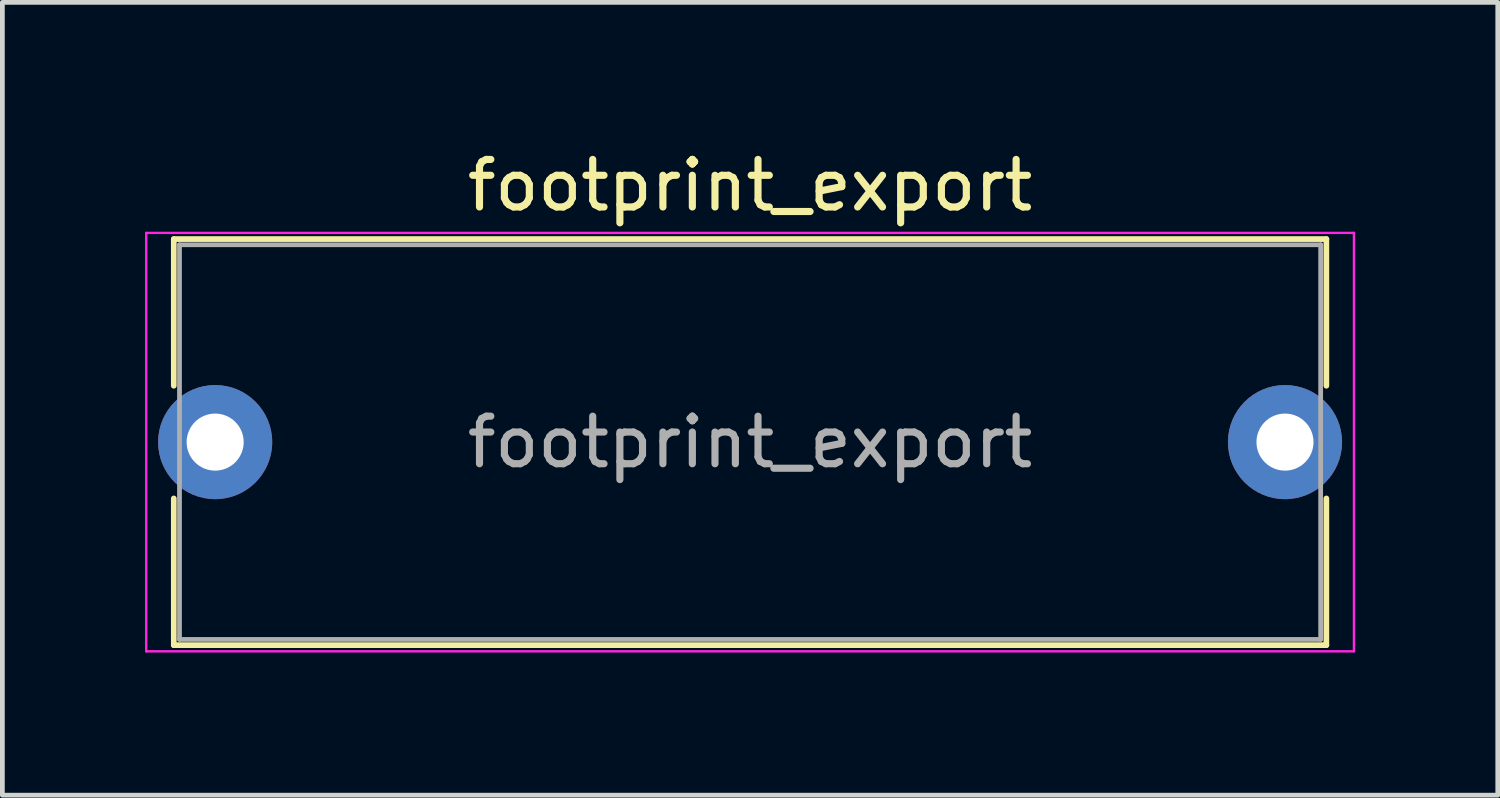
<source format=kicad_pcb>
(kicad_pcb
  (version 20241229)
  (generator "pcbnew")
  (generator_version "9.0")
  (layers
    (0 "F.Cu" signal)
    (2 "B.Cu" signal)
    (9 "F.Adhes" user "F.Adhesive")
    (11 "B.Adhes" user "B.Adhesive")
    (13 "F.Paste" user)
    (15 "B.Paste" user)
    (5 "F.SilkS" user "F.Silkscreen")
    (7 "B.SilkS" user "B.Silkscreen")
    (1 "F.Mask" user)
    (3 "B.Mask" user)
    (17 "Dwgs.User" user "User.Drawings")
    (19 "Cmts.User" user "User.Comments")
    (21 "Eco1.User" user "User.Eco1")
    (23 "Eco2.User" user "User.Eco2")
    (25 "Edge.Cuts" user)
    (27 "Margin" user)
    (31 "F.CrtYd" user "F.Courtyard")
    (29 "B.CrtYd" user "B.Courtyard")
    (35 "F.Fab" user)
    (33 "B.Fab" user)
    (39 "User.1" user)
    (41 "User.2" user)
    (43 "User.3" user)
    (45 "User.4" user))
  (footprint "footprint_export"
    (layer "F.Cu")
    (at 1.475 6.248)
    (property "Reference" "footprint_export" (at 11.25 -5.4 0) (layer "F.SilkS") (effects (font (size 1 1) (thickness 0.15))))
    (attr through_hole)
    (fp_line (start -0.87 -4.27) (end -0.87 -1.185) (stroke (width 0.12) (type solid)) (layer "F.SilkS"))
    (fp_line (start -0.87 -4.27) (end 23.37 -4.27) (stroke (width 0.12) (type solid)) (layer "F.SilkS"))
    (fp_line (start -0.87 1.185) (end -0.87 4.27) (stroke (width 0.12) (type solid)) (layer "F.SilkS"))
    (fp_line (start -0.87 4.27) (end 23.37 4.27) (stroke (width 0.12) (type solid)) (layer "F.SilkS"))
    (fp_line (start 23.37 -4.27) (end 23.37 -1.185) (stroke (width 0.12) (type solid)) (layer "F.SilkS"))
    (fp_line (start 23.37 1.185) (end 23.37 4.27) (stroke (width 0.12) (type solid)) (layer "F.SilkS"))
    (fp_line (start -1.45 -4.4) (end -1.45 4.4) (stroke (width 0.05) (type solid)) (layer "F.CrtYd"))
    (fp_line (start -1.45 4.4) (end 23.95 4.4) (stroke (width 0.05) (type solid)) (layer "F.CrtYd"))
    (fp_line (start 23.95 -4.4) (end -1.45 -4.4) (stroke (width 0.05) (type solid)) (layer "F.CrtYd"))
    (fp_line (start 23.95 4.4) (end 23.95 -4.4) (stroke (width 0.05) (type solid)) (layer "F.CrtYd"))
    (fp_line (start -0.75 -4.15) (end -0.75 4.15) (stroke (width 0.1) (type solid)) (layer "F.Fab"))
    (fp_line (start -0.75 4.15) (end 23.25 4.15) (stroke (width 0.1) (type solid)) (layer "F.Fab"))
    (fp_line (start 23.25 -4.15) (end -0.75 -4.15) (stroke (width 0.1) (type solid)) (layer "F.Fab"))
    (fp_line (start 23.25 4.15) (end 23.25 -4.15) (stroke (width 0.1) (type solid)) (layer "F.Fab"))
    (fp_text user "${REFERENCE}" (at 11.25 0 0) (layer "F.Fab") (effects (font (size 1 1) (thickness 0.15))))
    (pad "1" thru_hole circle (at 0 0) (size 2.4 2.4) (drill 1.2) (layers "*.Cu" "*.Mask"))
    (pad "2" thru_hole circle (at 22.5 0) (size 2.4 2.4) (drill 1.2) (layers "*.Cu" "*.Mask")))
  (gr_rect
    (start -3 -3)
    (end 28.45 13.673)
    (stroke (width 0.1) (type default))
    (fill no)
    (layer "Edge.Cuts")))
</source>
